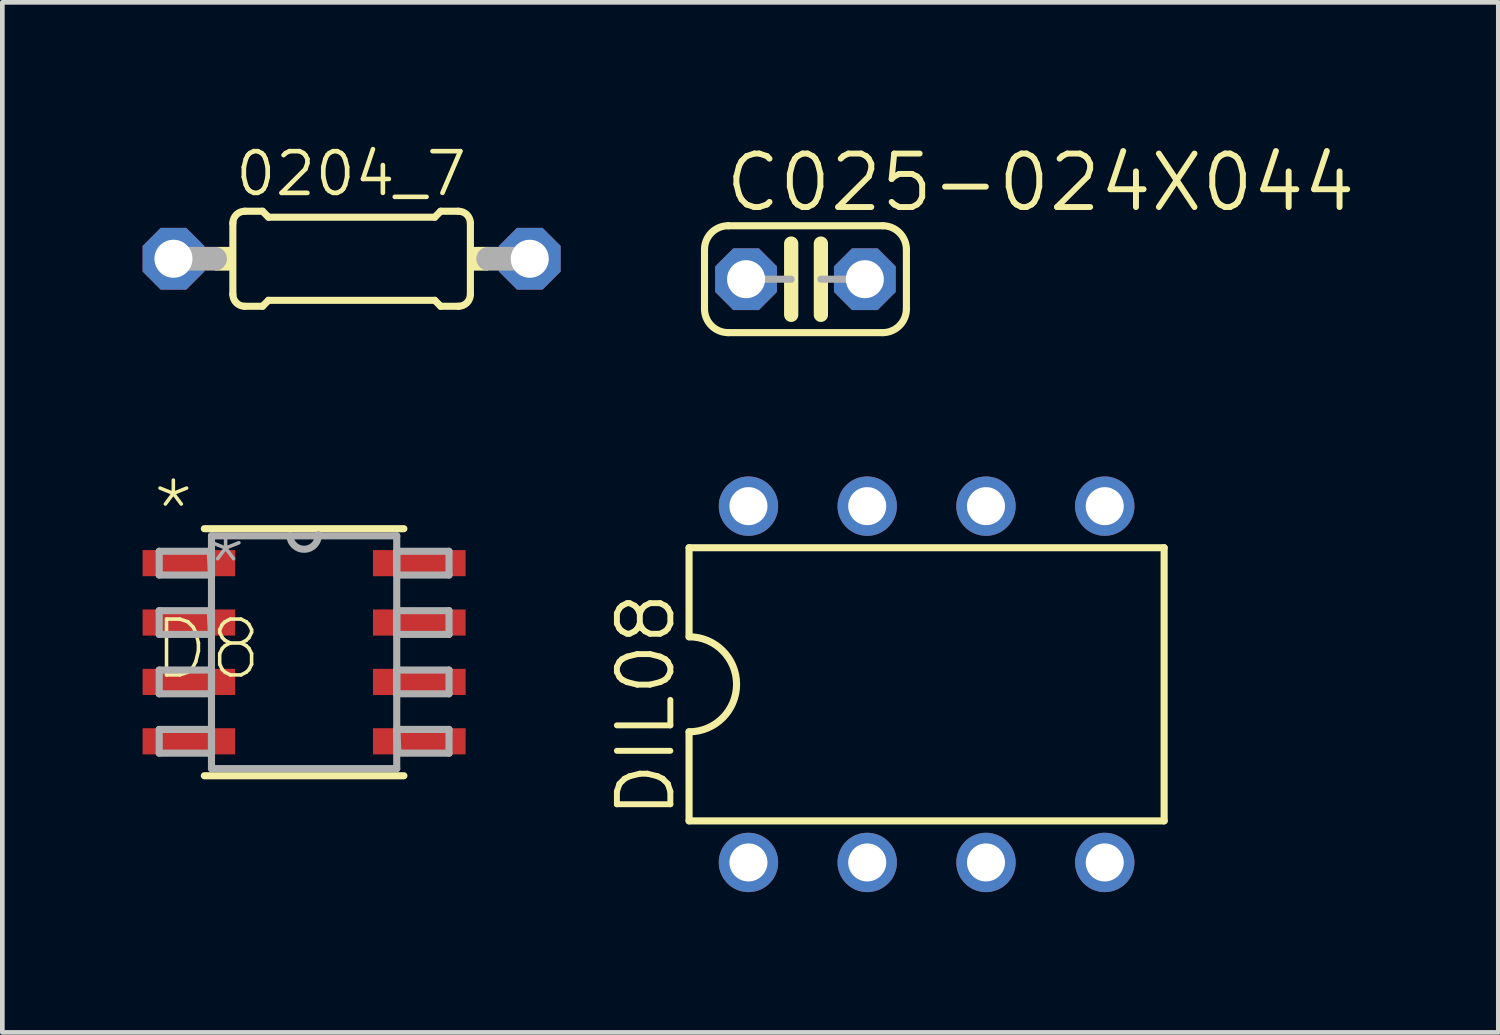
<source format=kicad_pcb>
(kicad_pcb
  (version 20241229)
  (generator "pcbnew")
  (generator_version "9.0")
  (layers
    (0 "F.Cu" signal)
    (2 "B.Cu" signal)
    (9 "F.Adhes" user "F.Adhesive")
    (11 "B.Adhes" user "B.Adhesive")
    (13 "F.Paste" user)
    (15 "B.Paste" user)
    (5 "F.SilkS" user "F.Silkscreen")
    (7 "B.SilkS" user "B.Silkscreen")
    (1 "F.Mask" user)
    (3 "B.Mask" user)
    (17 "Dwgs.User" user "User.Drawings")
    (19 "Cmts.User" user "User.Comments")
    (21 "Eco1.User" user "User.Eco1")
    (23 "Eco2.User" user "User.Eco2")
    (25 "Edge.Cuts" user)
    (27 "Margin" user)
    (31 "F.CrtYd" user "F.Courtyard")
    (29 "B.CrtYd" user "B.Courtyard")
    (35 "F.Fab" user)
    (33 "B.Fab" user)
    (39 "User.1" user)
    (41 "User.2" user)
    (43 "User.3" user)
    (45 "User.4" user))
  (footprint "DIL08"
    (layer "F.Cu")
    (at 16.767 11.585)
    (property "Reference" "DIL08" (at -5.334 2.921 90) (layer "F.SilkS") (effects (font (size 1.143 1.143) (thickness 0.127)) (justify left bottom)))
    (fp_line (start -5.08 -2.921) (end -5.08 -1.016) (stroke (width 0.152) (type solid)) (layer "F.SilkS"))
    (fp_line (start -5.08 2.921) (end -5.08 1.016) (stroke (width 0.152) (type solid)) (layer "F.SilkS"))
    (fp_line (start -5.08 2.921) (end 5.08 2.921) (stroke (width 0.152) (type solid)) (layer "F.SilkS"))
    (fp_line (start 5.08 -2.921) (end -5.08 -2.921) (stroke (width 0.152) (type solid)) (layer "F.SilkS"))
    (fp_line (start 5.08 -2.921) (end 5.08 2.921) (stroke (width 0.152) (type solid)) (layer "F.SilkS"))
    (fp_arc (start -5.08 -1.016) (mid -4.064 0) (end -5.08 1.016) (stroke (width 0.1524) (type solid)) (layer "F.SilkS"))
    (pad "1" thru_hole circle (at -3.81 3.81 90) (size 1.27 1.27) (drill 0.813) (layers "*.Cu" "*.Mask"))
    (pad "2" thru_hole circle (at -1.27 3.81 90) (size 1.27 1.27) (drill 0.813) (layers "*.Cu" "*.Mask"))
    (pad "3" thru_hole circle (at 1.27 3.81 90) (size 1.27 1.27) (drill 0.813) (layers "*.Cu" "*.Mask"))
    (pad "4" thru_hole circle (at 3.81 3.81 90) (size 1.27 1.27) (drill 0.813) (layers "*.Cu" "*.Mask"))
    (pad "5" thru_hole circle (at 3.81 -3.81 90) (size 1.27 1.27) (drill 0.813) (layers "*.Cu" "*.Mask"))
    (pad "6" thru_hole circle (at 1.27 -3.81 90) (size 1.27 1.27) (drill 0.813) (layers "*.Cu" "*.Mask"))
    (pad "7" thru_hole circle (at -1.27 -3.81 90) (size 1.27 1.27) (drill 0.813) (layers "*.Cu" "*.Mask"))
    (pad "8" thru_hole circle (at -3.81 -3.81 90) (size 1.27 1.27) (drill 0.813) (layers "*.Cu" "*.Mask")))
  (footprint "D8"
    (layer "F.Cu")
    (at 3.454 10.899)
    (property "Reference" "D8" (at -3.277 0.635 0) (layer "F.SilkS") (effects (font (size 1.194 1.194) (thickness 0.076)) (justify left bottom)))
    (fp_line (start -2.134 2.642) (end 2.134 2.642) (stroke (width 0.152) (type solid)) (layer "F.SilkS"))
    (fp_line (start 2.134 -2.642) (end -2.134 -2.642) (stroke (width 0.152) (type solid)) (layer "F.SilkS"))
    (fp_line (start -3.099 -2.159) (end -3.099 -1.651) (stroke (width 0.152) (type solid)) (layer "F.Fab"))
    (fp_line (start -3.099 -1.651) (end -1.981 -1.651) (stroke (width 0.152) (type solid)) (layer "F.Fab"))
    (fp_line (start -3.099 -0.889) (end -3.099 -0.381) (stroke (width 0.152) (type solid)) (layer "F.Fab"))
    (fp_line (start -3.099 -0.381) (end -1.981 -0.381) (stroke (width 0.152) (type solid)) (layer "F.Fab"))
    (fp_line (start -3.099 0.381) (end -3.099 0.889) (stroke (width 0.152) (type solid)) (layer "F.Fab"))
    (fp_line (start -3.099 0.889) (end -1.981 0.889) (stroke (width 0.152) (type solid)) (layer "F.Fab"))
    (fp_line (start -3.099 1.651) (end -3.099 2.159) (stroke (width 0.152) (type solid)) (layer "F.Fab"))
    (fp_line (start -3.099 2.159) (end -1.981 2.159) (stroke (width 0.152) (type solid)) (layer "F.Fab"))
    (fp_line (start -2.007 -2.159) (end -3.099 -2.159) (stroke (width 0.152) (type solid)) (layer "F.Fab"))
    (fp_line (start -2.007 -0.889) (end -3.099 -0.889) (stroke (width 0.152) (type solid)) (layer "F.Fab"))
    (fp_line (start -1.981 -2.489) (end -1.981 2.489) (stroke (width 0.152) (type solid)) (layer "F.Fab"))
    (fp_line (start -1.981 -1.651) (end -2.007 -2.159) (stroke (width 0.152) (type solid)) (layer "F.Fab"))
    (fp_line (start -1.981 -0.381) (end -2.007 -0.889) (stroke (width 0.152) (type solid)) (layer "F.Fab"))
    (fp_line (start -1.981 0.381) (end -3.099 0.381) (stroke (width 0.152) (type solid)) (layer "F.Fab"))
    (fp_line (start -1.981 0.889) (end -1.981 0.381) (stroke (width 0.152) (type solid)) (layer "F.Fab"))
    (fp_line (start -1.981 1.651) (end -3.099 1.651) (stroke (width 0.152) (type solid)) (layer "F.Fab"))
    (fp_line (start -1.981 2.159) (end -1.981 1.651) (stroke (width 0.152) (type solid)) (layer "F.Fab"))
    (fp_line (start -1.981 2.489) (end 1.981 2.489) (stroke (width 0.152) (type solid)) (layer "F.Fab"))
    (fp_line (start -0.305 -2.489) (end -1.981 -2.489) (stroke (width 0.152) (type solid)) (layer "F.Fab"))
    (fp_line (start 1.981 -2.489) (end -0.305 -2.489) (stroke (width 0.152) (type solid)) (layer "F.Fab"))
    (fp_line (start 1.981 -2.159) (end 1.981 -1.651) (stroke (width 0.152) (type solid)) (layer "F.Fab"))
    (fp_line (start 1.981 -1.651) (end 3.099 -1.651) (stroke (width 0.152) (type solid)) (layer "F.Fab"))
    (fp_line (start 1.981 -0.889) (end 1.981 -0.381) (stroke (width 0.152) (type solid)) (layer "F.Fab"))
    (fp_line (start 1.981 -0.381) (end 3.099 -0.381) (stroke (width 0.152) (type solid)) (layer "F.Fab"))
    (fp_line (start 1.981 0.381) (end 1.981 0.889) (stroke (width 0.152) (type solid)) (layer "F.Fab"))
    (fp_line (start 1.981 0.889) (end 3.099 0.889) (stroke (width 0.152) (type solid)) (layer "F.Fab"))
    (fp_line (start 1.981 1.651) (end 2.007 2.159) (stroke (width 0.152) (type solid)) (layer "F.Fab"))
    (fp_line (start 1.981 2.489) (end 1.981 -2.489) (stroke (width 0.152) (type solid)) (layer "F.Fab"))
    (fp_line (start 2.007 2.159) (end 3.099 2.159) (stroke (width 0.152) (type solid)) (layer "F.Fab"))
    (fp_line (start 3.099 -2.159) (end 1.981 -2.159) (stroke (width 0.152) (type solid)) (layer "F.Fab"))
    (fp_line (start 3.099 -1.651) (end 3.099 -2.159) (stroke (width 0.152) (type solid)) (layer "F.Fab"))
    (fp_line (start 3.099 -0.889) (end 1.981 -0.889) (stroke (width 0.152) (type solid)) (layer "F.Fab"))
    (fp_line (start 3.099 -0.381) (end 3.099 -0.889) (stroke (width 0.152) (type solid)) (layer "F.Fab"))
    (fp_line (start 3.099 0.381) (end 1.981 0.381) (stroke (width 0.152) (type solid)) (layer "F.Fab"))
    (fp_line (start 3.099 0.889) (end 3.099 0.381) (stroke (width 0.152) (type solid)) (layer "F.Fab"))
    (fp_line (start 3.099 1.651) (end 1.981 1.651) (stroke (width 0.152) (type solid)) (layer "F.Fab"))
    (fp_line (start 3.099 2.159) (end 3.099 1.651) (stroke (width 0.152) (type solid)) (layer "F.Fab"))
    (fp_arc (start 0.3048 -2.5146) (mid 0.0127 -2.1971) (end -0.3048 -2.4892) (stroke (width 0.1524) (type solid)) (layer "F.Fab"))
    (fp_text user "*" (at -3.302 -2.337 0) (layer "F.SilkS") (effects (font (size 1.194 1.194) (thickness 0.076)) (justify left bottom)))
    (fp_text user "*" (at -2.184 -1.168 0) (layer "F.Fab") (effects (font (size 1.194 1.194) (thickness 0.076)) (justify left bottom)))
    (pad "1" smd rect (at -2.464 -1.905) (size 1.981 0.559) (layers "F.Cu" "F.Mask" "F.Paste"))
    (pad "2" smd rect (at -2.464 -0.635) (size 1.981 0.559) (layers "F.Cu" "F.Mask" "F.Paste"))
    (pad "3" smd rect (at -2.464 0.635) (size 1.981 0.559) (layers "F.Cu" "F.Mask" "F.Paste"))
    (pad "4" smd rect (at -2.464 1.905) (size 1.981 0.559) (layers "F.Cu" "F.Mask" "F.Paste"))
    (pad "5" smd rect (at 2.464 1.905) (size 1.981 0.559) (layers "F.Cu" "F.Mask" "F.Paste"))
    (pad "6" smd rect (at 2.464 0.635) (size 1.981 0.559) (layers "F.Cu" "F.Mask" "F.Paste"))
    (pad "7" smd rect (at 2.464 -0.635) (size 1.981 0.559) (layers "F.Cu" "F.Mask" "F.Paste"))
    (pad "8" smd rect (at 2.464 -1.905) (size 1.981 0.559) (layers "F.Cu" "F.Mask" "F.Paste")))
  (footprint "0204_7"
    (layer "F.Cu")
    (at 4.47 2.484)
    (property "Reference" "0204_7" (at -2.54 -1.295 0) (layer "F.SilkS") (effects (font (size 0.892 0.892) (thickness 0.099)) (justify left bottom)))
    (fp_line (start -2.54 0.762) (end -2.54 -0.762) (stroke (width 0.152) (type solid)) (layer "F.SilkS"))
    (fp_line (start -2.286 -1.016) (end -1.905 -1.016) (stroke (width 0.152) (type solid)) (layer "F.SilkS"))
    (fp_line (start -2.286 1.016) (end -1.905 1.016) (stroke (width 0.152) (type solid)) (layer "F.SilkS"))
    (fp_line (start -1.778 -0.889) (end -1.905 -1.016) (stroke (width 0.152) (type solid)) (layer "F.SilkS"))
    (fp_line (start -1.778 0.889) (end -1.905 1.016) (stroke (width 0.152) (type solid)) (layer "F.SilkS"))
    (fp_line (start 1.778 -0.889) (end -1.778 -0.889) (stroke (width 0.152) (type solid)) (layer "F.SilkS"))
    (fp_line (start 1.778 -0.889) (end 1.905 -1.016) (stroke (width 0.152) (type solid)) (layer "F.SilkS"))
    (fp_line (start 1.778 0.889) (end -1.778 0.889) (stroke (width 0.152) (type solid)) (layer "F.SilkS"))
    (fp_line (start 1.778 0.889) (end 1.905 1.016) (stroke (width 0.152) (type solid)) (layer "F.SilkS"))
    (fp_line (start 2.286 -1.016) (end 1.905 -1.016) (stroke (width 0.152) (type solid)) (layer "F.SilkS"))
    (fp_line (start 2.286 1.016) (end 1.905 1.016) (stroke (width 0.152) (type solid)) (layer "F.SilkS"))
    (fp_line (start 2.54 0.762) (end 2.54 -0.762) (stroke (width 0.152) (type solid)) (layer "F.SilkS"))
    (fp_arc (start -2.54 -0.762) (mid -2.465605 -0.941605) (end -2.286 -1.016) (stroke (width 0.1524) (type solid)) (layer "F.SilkS"))
    (fp_arc (start -2.286 1.016) (mid -2.465605 0.941605) (end -2.54 0.762) (stroke (width 0.1524) (type solid)) (layer "F.SilkS"))
    (fp_arc (start 2.286 -1.016) (mid 2.465605 -0.941605) (end 2.54 -0.762) (stroke (width 0.1524) (type solid)) (layer "F.SilkS"))
    (fp_arc (start 2.54 0.762) (mid 2.465605 0.941605) (end 2.286 1.016) (stroke (width 0.1524) (type solid)) (layer "F.SilkS"))
    (fp_poly (pts (xy -2.921 0.254) (xy -2.54 0.254) (xy -2.54 -0.254) (xy -2.921 -0.254)) (stroke (width 0) (type solid)) (fill yes) (layer "F.SilkS"))
    (fp_poly (pts (xy 2.54 0.254) (xy 2.921 0.254) (xy 2.921 -0.254) (xy 2.54 -0.254)) (stroke (width 0) (type solid)) (fill yes) (layer "F.SilkS"))
    (fp_line (start -3.81 0) (end -2.921 0) (stroke (width 0.508) (type solid)) (layer "F.Fab"))
    (fp_line (start 3.81 0) (end 2.921 0) (stroke (width 0.508) (type solid)) (layer "F.Fab"))
    (pad "1" thru_hole roundrect (at -3.81 0) (size 1.321 1.321) (drill 0.813) (layers "*.Cu" "*.Mask") (roundrect_rratio 0.25) (chamfer_ratio 0.293) (chamfer top_left top_right bottom_left bottom_right))
    (pad "2" thru_hole roundrect (at 3.81 0) (size 1.321 1.321) (drill 0.813) (layers "*.Cu" "*.Mask") (roundrect_rratio 0.25) (chamfer_ratio 0.293) (chamfer top_left top_right bottom_left bottom_right)))
  (footprint "C025-024X044"
    (layer "F.Cu")
    (at 14.176 2.921)
    (property "Reference" "C025-024X044" (at -1.778 -1.397 0) (layer "F.SilkS") (effects (font (size 1.143 1.143) (thickness 0.127)) (justify left bottom)))
    (fp_line (start -2.159 0.635) (end -2.159 -0.635) (stroke (width 0.152) (type solid)) (layer "F.SilkS"))
    (fp_line (start -0.305 -0.762) (end -0.305 0.762) (stroke (width 0.305) (type solid)) (layer "F.SilkS"))
    (fp_line (start 0.33 -0.762) (end 0.33 0.762) (stroke (width 0.305) (type solid)) (layer "F.SilkS"))
    (fp_line (start 1.651 -1.143) (end -1.651 -1.143) (stroke (width 0.152) (type solid)) (layer "F.SilkS"))
    (fp_line (start 1.651 1.143) (end -1.651 1.143) (stroke (width 0.152) (type solid)) (layer "F.SilkS"))
    (fp_line (start 2.159 0.635) (end 2.159 -0.635) (stroke (width 0.152) (type solid)) (layer "F.SilkS"))
    (fp_arc (start -2.159 -0.635) (mid -2.01021 -0.99421) (end -1.651 -1.143) (stroke (width 0.1524) (type solid)) (layer "F.SilkS"))
    (fp_arc (start -1.651 1.143) (mid -2.01021 0.99421) (end -2.159 0.635) (stroke (width 0.1524) (type solid)) (layer "F.SilkS"))
    (fp_arc (start 1.651 -1.143) (mid 2.01021 -0.99421) (end 2.159 -0.635) (stroke (width 0.1524) (type solid)) (layer "F.SilkS"))
    (fp_arc (start 2.159 0.635) (mid 2.01021 0.99421) (end 1.651 1.143) (stroke (width 0.1524) (type solid)) (layer "F.SilkS"))
    (fp_line (start -1.27 0) (end -0.305 0) (stroke (width 0.152) (type solid)) (layer "F.Fab"))
    (fp_line (start 1.27 0) (end 0.33 0) (stroke (width 0.152) (type solid)) (layer "F.Fab"))
    (pad "1" thru_hole roundrect (at -1.27 0) (size 1.321 1.321) (drill 0.813) (layers "*.Cu" "*.Mask") (roundrect_rratio 0.25) (chamfer_ratio 0.293) (chamfer top_left top_right bottom_left bottom_right))
    (pad "2" thru_hole roundrect (at 1.27 0) (size 1.321 1.321) (drill 0.813) (layers "*.Cu" "*.Mask") (roundrect_rratio 0.25) (chamfer_ratio 0.293) (chamfer top_left top_right bottom_left bottom_right)))
  (gr_rect
    (start -3 -3)
    (end 28.994 19.03)
    (stroke (width 0.1) (type default))
    (fill no)
    (layer "Edge.Cuts")))
</source>
